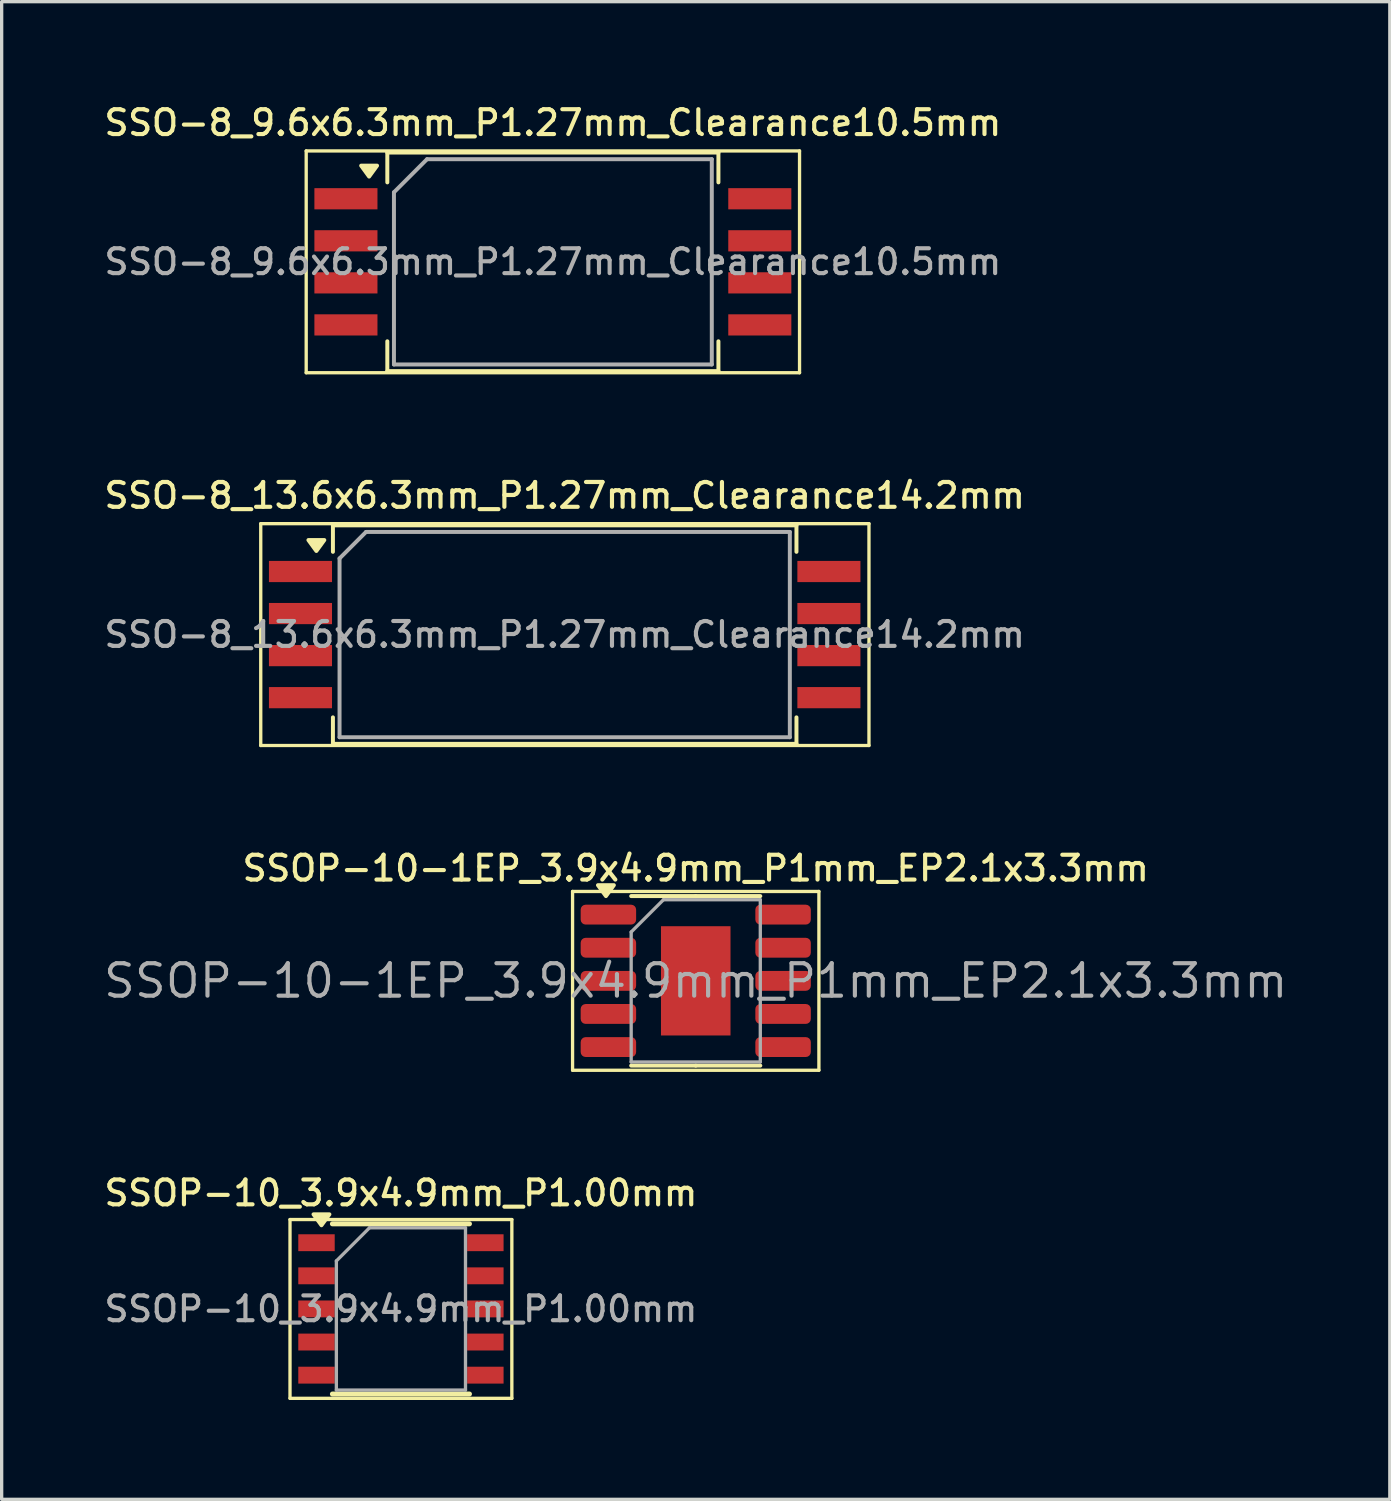
<source format=kicad_pcb>
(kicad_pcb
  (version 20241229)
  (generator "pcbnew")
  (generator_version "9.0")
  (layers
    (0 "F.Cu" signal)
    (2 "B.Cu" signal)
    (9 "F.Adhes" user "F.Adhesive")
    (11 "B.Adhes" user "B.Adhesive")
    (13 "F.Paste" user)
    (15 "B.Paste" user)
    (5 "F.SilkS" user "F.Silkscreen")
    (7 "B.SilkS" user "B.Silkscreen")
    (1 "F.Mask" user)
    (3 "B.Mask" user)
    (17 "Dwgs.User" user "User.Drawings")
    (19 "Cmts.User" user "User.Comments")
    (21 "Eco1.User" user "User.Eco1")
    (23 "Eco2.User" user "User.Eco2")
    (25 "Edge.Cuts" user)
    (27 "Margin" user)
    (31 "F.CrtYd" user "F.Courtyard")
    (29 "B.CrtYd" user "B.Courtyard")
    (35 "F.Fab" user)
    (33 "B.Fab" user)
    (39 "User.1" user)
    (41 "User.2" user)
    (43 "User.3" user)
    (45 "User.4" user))
  (footprint "SSOP-10_3.9x4.9mm_P1.00mm"
    (layer "F.Cu")
    (at 9.059 36.483)
    (property "Reference" "SSOP-10_3.9x4.9mm_P1.00mm" (at 0 -3.5 0) (layer "F.SilkS") (effects (font (size 0.75 0.75) (thickness 0.125))))
    (attr smd)
    (fp_line (start -3.35 -2.7) (end -3.35 2.7) (stroke (width 0.1) (type solid)) (layer "F.SilkS"))
    (fp_line (start -3.35 -2.7) (end 3.35 -2.7) (stroke (width 0.1) (type solid)) (layer "F.SilkS"))
    (fp_line (start -3.35 2.7) (end 3.35 2.7) (stroke (width 0.1) (type solid)) (layer "F.SilkS"))
    (fp_line (start -2.07 -2.57) (end 2.07 -2.57) (stroke (width 0.15) (type solid)) (layer "F.SilkS"))
    (fp_line (start -2.07 2.57) (end 2.07 2.57) (stroke (width 0.15) (type solid)) (layer "F.SilkS"))
    (fp_line (start 3.35 -2.7) (end 3.35 2.7) (stroke (width 0.1) (type solid)) (layer "F.SilkS"))
    (fp_poly (pts (xy -2.4 -2.527) (xy -2.64 -2.857) (xy -2.16 -2.857) (xy -2.4 -2.527)) (stroke (width 0.12) (type solid)) (fill yes) (layer "F.SilkS"))
    (fp_line (start -1.95 -1.45) (end -0.95 -2.45) (stroke (width 0.1) (type solid)) (layer "F.Fab"))
    (fp_line (start -1.95 2.45) (end -1.95 -1.45) (stroke (width 0.1) (type solid)) (layer "F.Fab"))
    (fp_line (start -0.95 -2.45) (end 1.95 -2.45) (stroke (width 0.1) (type solid)) (layer "F.Fab"))
    (fp_line (start 1.95 -2.45) (end 1.95 2.45) (stroke (width 0.1) (type solid)) (layer "F.Fab"))
    (fp_line (start 1.95 2.45) (end -1.95 2.45) (stroke (width 0.1) (type solid)) (layer "F.Fab"))
    (fp_text user "${REFERENCE}" (at 0 0 0) (layer "F.Fab") (effects (font (size 0.75 0.75) (thickness 0.125))))
    (pad "1" smd rect (at -2.55 -2) (size 1.1 0.51) (layers "F.Cu" "F.Mask" "F.Paste"))
    (pad "2" smd rect (at -2.55 -1) (size 1.1 0.51) (layers "F.Cu" "F.Mask" "F.Paste"))
    (pad "3" smd rect (at -2.55 0) (size 1.1 0.51) (layers "F.Cu" "F.Mask" "F.Paste"))
    (pad "4" smd rect (at -2.55 1) (size 1.1 0.51) (layers "F.Cu" "F.Mask" "F.Paste"))
    (pad "5" smd rect (at -2.55 2) (size 1.1 0.51) (layers "F.Cu" "F.Mask" "F.Paste"))
    (pad "6" smd rect (at 2.55 2) (size 1.1 0.51) (layers "F.Cu" "F.Mask" "F.Paste"))
    (pad "7" smd rect (at 2.55 1) (size 1.1 0.51) (layers "F.Cu" "F.Mask" "F.Paste"))
    (pad "8" smd rect (at 2.55 0) (size 1.1 0.51) (layers "F.Cu" "F.Mask" "F.Paste"))
    (pad "9" smd rect (at 2.55 -1) (size 1.1 0.51) (layers "F.Cu" "F.Mask" "F.Paste"))
    (pad "10" smd rect (at 2.55 -2) (size 1.1 0.51) (layers "F.Cu" "F.Mask" "F.Paste")))
  (footprint "SSO-8_9.6x6.3mm_P1.27mm_Clearance10.5mm"
    (layer "F.Cu")
    (at 13.648 4.858)
    (property "Reference" "SSO-8_9.6x6.3mm_P1.27mm_Clearance10.5mm" (at 0 -4.2 0) (layer "F.SilkS") (effects (font (size 0.75 0.75) (thickness 0.125))))
    (attr smd)
    (fp_line (start -7.45 -3.35) (end -7.45 3.35) (stroke (width 0.1) (type solid)) (layer "F.SilkS"))
    (fp_line (start -7.45 -3.35) (end 7.45 -3.35) (stroke (width 0.1) (type solid)) (layer "F.SilkS"))
    (fp_line (start -5 -3.3) (end 5 -3.3) (stroke (width 0.12) (type solid)) (layer "F.SilkS"))
    (fp_line (start -5 -2.4) (end -5 -3.3) (stroke (width 0.12) (type solid)) (layer "F.SilkS"))
    (fp_line (start -5 3.3) (end -5 2.4) (stroke (width 0.12) (type solid)) (layer "F.SilkS"))
    (fp_line (start 5 -3.3) (end 5 -2.4) (stroke (width 0.12) (type solid)) (layer "F.SilkS"))
    (fp_line (start 5 2.4) (end 5 3.3) (stroke (width 0.12) (type solid)) (layer "F.SilkS"))
    (fp_line (start 5 3.3) (end -5 3.3) (stroke (width 0.12) (type solid)) (layer "F.SilkS"))
    (fp_line (start 7.45 3.35) (end -7.45 3.35) (stroke (width 0.1) (type solid)) (layer "F.SilkS"))
    (fp_line (start 7.45 3.35) (end 7.45 -3.35) (stroke (width 0.1) (type solid)) (layer "F.SilkS"))
    (fp_poly (pts (xy -5.55 -2.575) (xy -5.79 -2.905) (xy -5.31 -2.905) (xy -5.55 -2.575)) (stroke (width 0.12) (type solid)) (fill yes) (layer "F.SilkS"))
    (fp_line (start -4.8 -2.1) (end -4.8 3.1) (stroke (width 0.12) (type solid)) (layer "F.Fab"))
    (fp_line (start -4.8 3.1) (end 4.8 3.1) (stroke (width 0.12) (type solid)) (layer "F.Fab"))
    (fp_line (start -3.8 -3.1) (end -4.8 -2.1) (stroke (width 0.12) (type solid)) (layer "F.Fab"))
    (fp_line (start 4.8 -3.1) (end -3.8 -3.1) (stroke (width 0.12) (type solid)) (layer "F.Fab"))
    (fp_line (start 4.8 3.1) (end 4.8 -3.1) (stroke (width 0.12) (type solid)) (layer "F.Fab"))
    (fp_text user "${REFERENCE}" (at 0 0 0) (layer "F.Fab") (effects (font (size 0.75 0.75) (thickness 0.125))))
    (pad "1" smd rect (at -6.25 -1.905) (size 1.905 0.64) (layers "F.Cu" "F.Mask" "F.Paste"))
    (pad "2" smd rect (at -6.25 -0.635) (size 1.905 0.64) (layers "F.Cu" "F.Mask" "F.Paste"))
    (pad "3" smd rect (at -6.25 0.635) (size 1.905 0.64) (layers "F.Cu" "F.Mask" "F.Paste"))
    (pad "4" smd rect (at -6.25 1.905) (size 1.905 0.64) (layers "F.Cu" "F.Mask" "F.Paste"))
    (pad "5" smd rect (at 6.25 1.905) (size 1.905 0.64) (layers "F.Cu" "F.Mask" "F.Paste"))
    (pad "6" smd rect (at 6.25 0.635) (size 1.905 0.64) (layers "F.Cu" "F.Mask" "F.Paste"))
    (pad "7" smd rect (at 6.25 -0.635) (size 1.905 0.64) (layers "F.Cu" "F.Mask" "F.Paste"))
    (pad "8" smd rect (at 6.25 -1.905) (size 1.905 0.64) (layers "F.Cu" "F.Mask" "F.Paste")))
  (footprint "SSOP-10-1EP_3.9x4.9mm_P1mm_EP2.1x3.3mm"
    (layer "F.Cu")
    (at 17.963 26.574)
    (property "Reference" "SSOP-10-1EP_3.9x4.9mm_P1mm_EP2.1x3.3mm" (at 0 -3.4 0) (layer "F.SilkS") (effects (font (size 0.75 0.75) (thickness 0.125))))
    (attr smd)
    (fp_line (start -3.72 -2.7) (end -3.72 2.7) (stroke (width 0.1) (type solid)) (layer "F.SilkS"))
    (fp_line (start -3.72 2.7) (end 3.72 2.7) (stroke (width 0.1) (type solid)) (layer "F.SilkS"))
    (fp_line (start 0 -2.56) (end -1.95 -2.56) (stroke (width 0.12) (type solid)) (layer "F.SilkS"))
    (fp_line (start 0 -2.56) (end 1.95 -2.56) (stroke (width 0.12) (type solid)) (layer "F.SilkS"))
    (fp_line (start 0 2.56) (end -1.95 2.56) (stroke (width 0.12) (type solid)) (layer "F.SilkS"))
    (fp_line (start 0 2.56) (end 1.95 2.56) (stroke (width 0.12) (type solid)) (layer "F.SilkS"))
    (fp_line (start 3.72 -2.7) (end -3.72 -2.7) (stroke (width 0.1) (type solid)) (layer "F.SilkS"))
    (fp_line (start 3.72 2.7) (end 3.72 -2.7) (stroke (width 0.1) (type solid)) (layer "F.SilkS"))
    (fp_poly (pts (xy -2.712 -2.56) (xy -2.953 -2.89) (xy -2.473 -2.89) (xy -2.712 -2.56)) (stroke (width 0.12) (type solid)) (fill yes) (layer "F.SilkS"))
    (fp_line (start -1.95 -1.475) (end -0.975 -2.45) (stroke (width 0.1) (type solid)) (layer "F.Fab"))
    (fp_line (start -1.95 2.45) (end -1.95 -1.475) (stroke (width 0.1) (type solid)) (layer "F.Fab"))
    (fp_line (start -0.975 -2.45) (end 1.95 -2.45) (stroke (width 0.1) (type solid)) (layer "F.Fab"))
    (fp_line (start 1.95 -2.45) (end 1.95 2.45) (stroke (width 0.1) (type solid)) (layer "F.Fab"))
    (fp_line (start 1.95 2.45) (end -1.95 2.45) (stroke (width 0.1) (type solid)) (layer "F.Fab"))
    (fp_text user "${REFERENCE}" (at 0 0 0) (layer "F.Fab") (effects (font (size 0.98 0.98) (thickness 0.125))))
    (pad "" smd roundrect (at 0 0) (size 1.69 2.66) (layers "F.Paste") (roundrect_rratio 0.148))
    (pad "1" smd roundrect (at -2.638 -2) (size 1.675 0.6) (layers "F.Cu" "F.Mask" "F.Paste") (roundrect_rratio 0.25))
    (pad "2" smd roundrect (at -2.638 -1) (size 1.675 0.6) (layers "F.Cu" "F.Mask" "F.Paste") (roundrect_rratio 0.25))
    (pad "3" smd roundrect (at -2.638 0) (size 1.675 0.6) (layers "F.Cu" "F.Mask" "F.Paste") (roundrect_rratio 0.25))
    (pad "4" smd roundrect (at -2.638 1) (size 1.675 0.6) (layers "F.Cu" "F.Mask" "F.Paste") (roundrect_rratio 0.25))
    (pad "5" smd roundrect (at -2.638 2) (size 1.675 0.6) (layers "F.Cu" "F.Mask" "F.Paste") (roundrect_rratio 0.25))
    (pad "6" smd roundrect (at 2.638 2) (size 1.675 0.6) (layers "F.Cu" "F.Mask" "F.Paste") (roundrect_rratio 0.25))
    (pad "7" smd roundrect (at 2.638 1) (size 1.675 0.6) (layers "F.Cu" "F.Mask" "F.Paste") (roundrect_rratio 0.25))
    (pad "8" smd roundrect (at 2.638 0) (size 1.675 0.6) (layers "F.Cu" "F.Mask" "F.Paste") (roundrect_rratio 0.25))
    (pad "9" smd roundrect (at 2.638 -1) (size 1.675 0.6) (layers "F.Cu" "F.Mask" "F.Paste") (roundrect_rratio 0.25))
    (pad "10" smd roundrect (at 2.638 -2) (size 1.675 0.6) (layers "F.Cu" "F.Mask" "F.Paste") (roundrect_rratio 0.25))
    (pad "11" smd rect (at 0 0) (size 2.1 3.3) (property pad_prop_heatsink) (layers "F.Cu" "F.Mask")))
  (footprint "SSO-8_13.6x6.3mm_P1.27mm_Clearance14.2mm"
    (layer "F.Cu")
    (at 14.005 16.116)
    (property "Reference" "SSO-8_13.6x6.3mm_P1.27mm_Clearance14.2mm" (at 0 -4.2 0) (layer "F.SilkS") (effects (font (size 0.75 0.75) (thickness 0.125))))
    (attr smd)
    (fp_line (start -9.18 -3.35) (end -9.18 3.35) (stroke (width 0.1) (type solid)) (layer "F.SilkS"))
    (fp_line (start -9.18 -3.35) (end 9.19 -3.35) (stroke (width 0.1) (type solid)) (layer "F.SilkS"))
    (fp_line (start -7 -3.3) (end 7 -3.3) (stroke (width 0.12) (type solid)) (layer "F.SilkS"))
    (fp_line (start -7 -2.5) (end -7 -3.3) (stroke (width 0.12) (type solid)) (layer "F.SilkS"))
    (fp_line (start -7 2.5) (end -7 3.3) (stroke (width 0.12) (type solid)) (layer "F.SilkS"))
    (fp_line (start 7 -3.3) (end 7 -2.5) (stroke (width 0.12) (type solid)) (layer "F.SilkS"))
    (fp_line (start 7 2.5) (end 7 3.3) (stroke (width 0.12) (type solid)) (layer "F.SilkS"))
    (fp_line (start 7 3.3) (end -7 3.3) (stroke (width 0.12) (type solid)) (layer "F.SilkS"))
    (fp_line (start 9.19 3.35) (end -9.18 3.35) (stroke (width 0.1) (type solid)) (layer "F.SilkS"))
    (fp_line (start 9.19 3.35) (end 9.19 -3.35) (stroke (width 0.1) (type solid)) (layer "F.SilkS"))
    (fp_poly (pts (xy -7.5 -2.525) (xy -7.74 -2.855) (xy -7.26 -2.855) (xy -7.5 -2.525)) (stroke (width 0.12) (type solid)) (fill yes) (layer "F.SilkS"))
    (fp_line (start -6.8 -2.3) (end -6.8 3.1) (stroke (width 0.12) (type solid)) (layer "F.Fab"))
    (fp_line (start -6.8 3.1) (end 6.8 3.1) (stroke (width 0.12) (type solid)) (layer "F.Fab"))
    (fp_line (start -6 -3.1) (end -6.8 -2.3) (stroke (width 0.12) (type solid)) (layer "F.Fab"))
    (fp_line (start 6.8 -3.1) (end -6 -3.1) (stroke (width 0.12) (type solid)) (layer "F.Fab"))
    (fp_line (start 6.8 3.1) (end 6.8 -3.1) (stroke (width 0.12) (type solid)) (layer "F.Fab"))
    (fp_text user "${REFERENCE}" (at 0 0 0) (layer "F.Fab") (effects (font (size 0.75 0.75) (thickness 0.125))))
    (pad "1" smd rect (at -7.98 -1.905) (size 1.905 0.64) (layers "F.Cu" "F.Mask" "F.Paste"))
    (pad "2" smd rect (at -7.98 -0.635) (size 1.905 0.64) (layers "F.Cu" "F.Mask" "F.Paste"))
    (pad "3" smd rect (at -7.98 0.635) (size 1.905 0.64) (layers "F.Cu" "F.Mask" "F.Paste"))
    (pad "4" smd rect (at -7.98 1.905) (size 1.905 0.64) (layers "F.Cu" "F.Mask" "F.Paste"))
    (pad "5" smd rect (at 7.98 1.905) (size 1.905 0.64) (layers "F.Cu" "F.Mask" "F.Paste"))
    (pad "6" smd rect (at 7.98 0.635) (size 1.905 0.64) (layers "F.Cu" "F.Mask" "F.Paste"))
    (pad "7" smd rect (at 7.98 -0.635) (size 1.905 0.64) (layers "F.Cu" "F.Mask" "F.Paste"))
    (pad "8" smd rect (at 7.98 -1.905) (size 1.905 0.64) (layers "F.Cu" "F.Mask" "F.Paste")))
  (gr_rect
    (start -3 -3)
    (end 38.926 42.233)
    (stroke (width 0.1) (type default))
    (fill no)
    (layer "Edge.Cuts")))
</source>
